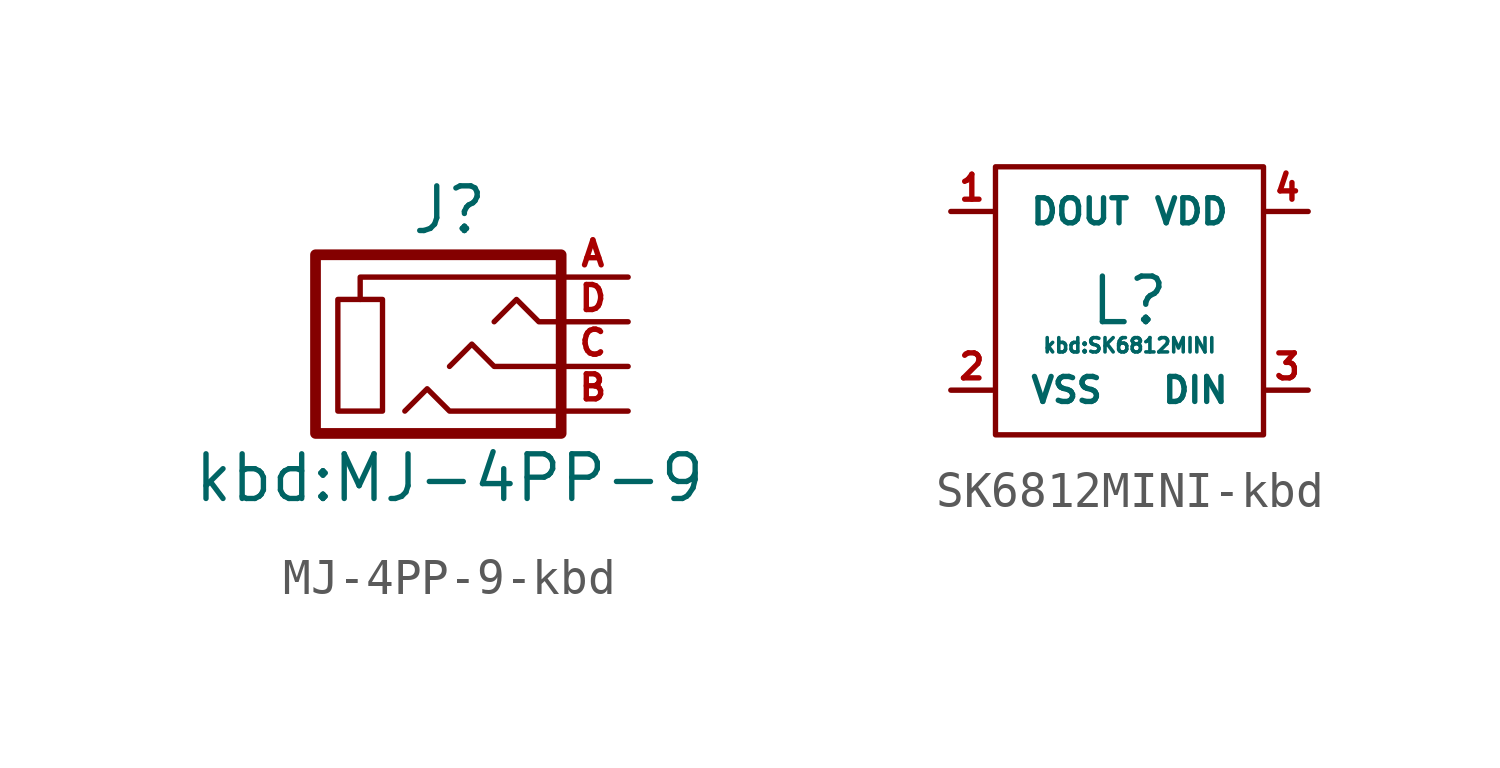
<source format=kicad_sym>
(kicad_symbol_lib
  (version 20220914)
  (generator kicad_symbol_editor)
  (symbol "MJ-4PP-9-kbd"
    (pin_names
      (offset 1.016))
    (property "Reference" "J"
      (at 0 3.81 0)
      (effects (font (size 1.27 1.27))))
    (property "Value" "kbd:MJ-4PP-9"
      (at 0 -3.81 0)
      (effects (font (size 1.27 1.27))))
    (symbol "MJ-4PP-9-kbd_0_1"
      (rectangle (start -1.905 -1.905) (end -3.175 1.27) (stroke (width 0) (type solid)) (fill (type none)))
      (polyline (pts (xy -2.54 1.27) (xy -2.54 1.905) (xy 3.175 1.905)) (stroke (width 0) (type solid)) (fill (type none)))
      (polyline (pts (xy -1.27 -1.905) (xy -0.635 -1.27) (xy 0 -1.905) (xy 3.175 -1.905)) (stroke (width 0) (type solid)) (fill (type none)))
      (polyline (pts (xy 0 -0.635) (xy 0.635 0) (xy 1.27 -0.635) (xy 3.175 -0.635)) (stroke (width 0) (type solid)) (fill (type none)))
      (polyline (pts (xy 1.27 0.635) (xy 1.905 1.27) (xy 2.54 0.635) (xy 3.175 0.635)) (stroke (width 0) (type solid)) (fill (type none)))
      (rectangle (start 3.175 2.54) (end -3.81 -2.54) (stroke (width 0.305) (type solid)) (fill (type none))))
    (symbol "MJ-4PP-9-kbd_1_1"
      (pin input line (at 5.08 1.905 180) (length 2.007) (name "~" (effects (font (size 0.508 0.508)))) (number "A" (effects (font (size 0.711 0.711)))))
      (pin input line (at 5.08 -1.905 180) (length 2.007) (name "~" (effects (font (size 0.508 0.508)))) (number "B" (effects (font (size 0.711 0.711)))))
      (pin input line (at 5.08 -0.635 180) (length 2.007) (name "~" (effects (font (size 0.508 0.508)))) (number "C" (effects (font (size 0.711 0.711)))))
      (pin input line (at 5.08 0.635 180) (length 2.007) (name "~" (effects (font (size 0.508 0.508)))) (number "D" (effects (font (size 0.711 0.711)))))))
  (symbol "SK6812MINI-kbd"
    (pin_names
      (offset 1.016))
    (property "Reference" "L"
      (at 0 0 0)
      (effects (font (size 1.295 1.295))))
    (property "Value" "kbd:SK6812MINI"
      (at 0 -1.27 0)
      (effects (font (size 0.406 0.406))))
    (symbol "SK6812MINI-kbd_0_1"
      (rectangle (start -3.81 3.81) (end 3.81 -3.81) (stroke (width 0) (type solid)) (fill (type none))))
    (symbol "SK6812MINI-kbd_1_1"
      (pin output line (at -5.08 2.54 0) (length 1.194) (name "DOUT" (effects (font (size 0.711 0.711)))) (number "1" (effects (font (size 0.711 0.711)))))
      (pin power_in line (at -5.08 -2.54 0) (length 1.194) (name "VSS" (effects (font (size 0.711 0.711)))) (number "2" (effects (font (size 0.711 0.711)))))
      (pin input line (at 5.08 -2.54 180) (length 1.194) (name "DIN" (effects (font (size 0.711 0.711)))) (number "3" (effects (font (size 0.711 0.711)))))
      (pin power_in line (at 5.08 2.54 180) (length 1.194) (name "VDD" (effects (font (size 0.711 0.711)))) (number "4" (effects (font (size 0.711 0.711))))))))
</source>
